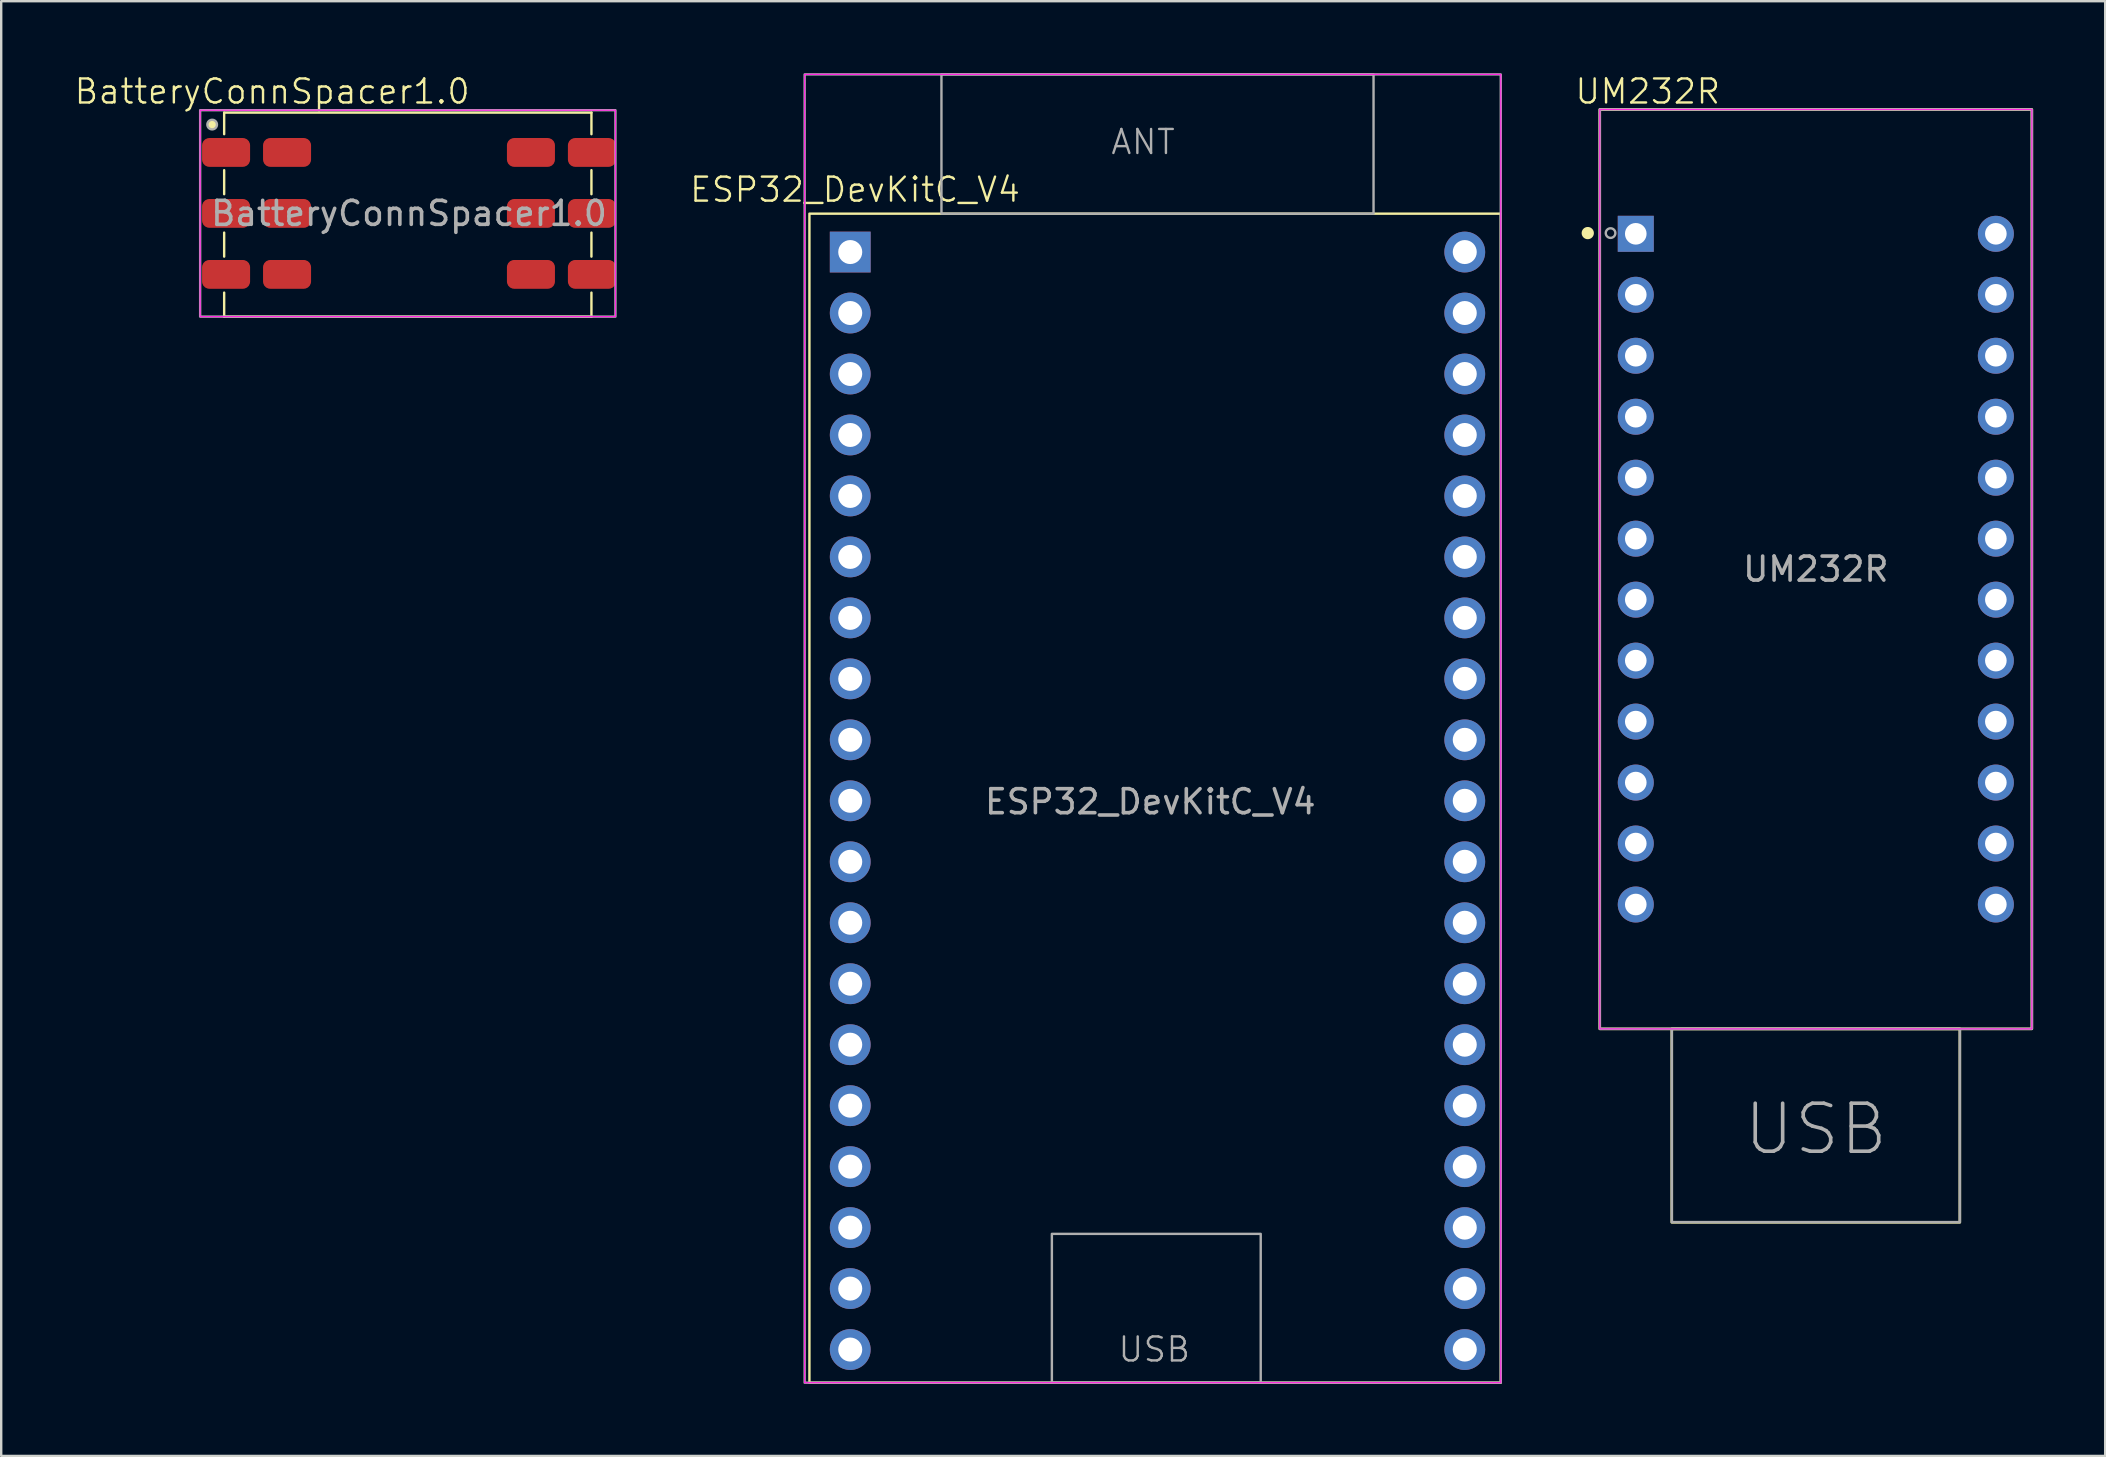
<source format=kicad_pcb>
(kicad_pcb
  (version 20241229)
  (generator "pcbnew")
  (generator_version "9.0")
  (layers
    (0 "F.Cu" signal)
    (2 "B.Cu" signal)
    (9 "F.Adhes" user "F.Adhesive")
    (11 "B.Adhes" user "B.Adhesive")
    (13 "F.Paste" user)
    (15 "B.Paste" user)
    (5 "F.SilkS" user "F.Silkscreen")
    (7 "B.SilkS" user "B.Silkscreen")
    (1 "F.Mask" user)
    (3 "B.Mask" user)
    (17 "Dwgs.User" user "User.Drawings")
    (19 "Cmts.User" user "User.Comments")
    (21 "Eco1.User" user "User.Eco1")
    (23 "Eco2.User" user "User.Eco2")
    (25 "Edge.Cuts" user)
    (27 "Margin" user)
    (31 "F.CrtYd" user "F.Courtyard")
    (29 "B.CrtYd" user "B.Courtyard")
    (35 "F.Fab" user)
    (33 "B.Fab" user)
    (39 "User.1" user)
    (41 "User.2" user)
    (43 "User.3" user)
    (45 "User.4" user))
  (footprint "BatteryConnSpacer1.0"
    (layer "F.Cu")
    (at 13.988 5.84)
    (property "Reference" "BatteryConnSpacer1.0" (at -5.7 -5.08 0) (unlocked yes) (layer "F.SilkS") (effects (font (size 1 1) (thickness 0.1))))
    (attr smd)
    (fp_line (start -7.7 -4.2) (end -7.7 -3.3) (stroke (width 0.1) (type default)) (layer "F.SilkS"))
    (fp_line (start -7.7 -4.2) (end 7.6 -4.2) (stroke (width 0.1) (type default)) (layer "F.SilkS"))
    (fp_line (start -7.7 -1.8) (end -7.7 -0.8) (stroke (width 0.1) (type default)) (layer "F.SilkS"))
    (fp_line (start -7.7 0.8) (end -7.7 1.8) (stroke (width 0.1) (type default)) (layer "F.SilkS"))
    (fp_line (start -7.7 3.3) (end -7.7 4.3) (stroke (width 0.1) (type default)) (layer "F.SilkS"))
    (fp_line (start -7.7 4.3) (end 7.6 4.3) (stroke (width 0.1) (type default)) (layer "F.SilkS"))
    (fp_line (start 7.6 -4.2) (end 7.6 -3.3) (stroke (width 0.1) (type default)) (layer "F.SilkS"))
    (fp_line (start 7.6 -1.8) (end 7.6 -0.8) (stroke (width 0.1) (type default)) (layer "F.SilkS"))
    (fp_line (start 7.6 0.8) (end 7.6 1.8) (stroke (width 0.1) (type default)) (layer "F.SilkS"))
    (fp_line (start 7.6 3.3) (end 7.6 4.3) (stroke (width 0.1) (type default)) (layer "F.SilkS"))
    (fp_circle (center -8.2 -3.7) (end -8.059 -3.7) (stroke (width 0.1) (type solid)) (fill yes) (layer "F.SilkS"))
    (fp_rect (start -8.7 -4.3) (end 8.6 4.3) (stroke (width 0.05) (type default)) (fill no) (layer "F.CrtYd"))
    (fp_rect (start -8.7 -4.3) (end 8.6 4.3) (stroke (width 0.1) (type default)) (fill no) (layer "F.Fab"))
    (fp_circle (center -8.2 -3.7) (end -8 -3.7) (stroke (width 0.1) (type solid)) (fill no) (layer "F.Fab"))
    (fp_text user "${REFERENCE}" (at 0 0 0) (unlocked yes) (layer "F.Fab") (effects (font (size 1 1) (thickness 0.15))))
    (pad "1" smd roundrect (at -7.62 -2.54) (size 2 1.2) (layers "F.Cu" "F.Mask" "F.Paste") (roundrect_rratio 0.25))
    (pad "1" smd roundrect (at -5.08 -2.54) (size 2 1.2) (layers "F.Cu" "F.Mask" "F.Paste") (roundrect_rratio 0.25))
    (pad "2" smd roundrect (at -7.62 0) (size 2 1.2) (layers "F.Cu" "F.Mask" "F.Paste") (roundrect_rratio 0.25))
    (pad "2" smd roundrect (at -5.08 0) (size 2 1.2) (layers "F.Cu" "F.Mask" "F.Paste") (roundrect_rratio 0.25))
    (pad "3" smd roundrect (at -7.62 2.54) (size 2 1.2) (layers "F.Cu" "F.Mask" "F.Paste") (roundrect_rratio 0.25))
    (pad "3" smd roundrect (at -5.08 2.54) (size 2 1.2) (layers "F.Cu" "F.Mask" "F.Paste") (roundrect_rratio 0.25))
    (pad "4" smd roundrect (at 5.08 2.54) (size 2 1.2) (layers "F.Cu" "F.Mask" "F.Paste") (roundrect_rratio 0.25))
    (pad "4" smd roundrect (at 7.62 2.54) (size 2 1.2) (layers "F.Cu" "F.Mask" "F.Paste") (roundrect_rratio 0.25))
    (pad "5" smd roundrect (at 5.08 0) (size 2 1.2) (layers "F.Cu" "F.Mask" "F.Paste") (roundrect_rratio 0.25))
    (pad "5" smd roundrect (at 7.62 0) (size 2 1.2) (layers "F.Cu" "F.Mask" "F.Paste") (roundrect_rratio 0.25))
    (pad "6" smd roundrect (at 5.08 -2.54) (size 2 1.2) (layers "F.Cu" "F.Mask" "F.Paste") (roundrect_rratio 0.25))
    (pad "6" smd roundrect (at 7.62 -2.54) (size 2 1.2) (layers "F.Cu" "F.Mask" "F.Paste") (roundrect_rratio 0.25)))
  (footprint "ESP32_DevKitC_V4"
    (layer "F.Cu")
    (at 32.369 7.45)
    (property "Reference" "ESP32_DevKitC_V4" (at 0.2 -2.6 0) (unlocked yes) (layer "F.SilkS") (effects (font (size 1 1) (thickness 0.1))))
    (attr smd)
    (fp_rect (start -1.7 -1.6) (end 27.1 47.1) (stroke (width 0.1) (type default)) (fill no) (layer "F.SilkS"))
    (fp_rect (start -1.9 -7.4) (end 27.1 47.1) (stroke (width 0.05) (type default)) (fill no) (layer "F.CrtYd"))
    (fp_rect (start -1.9 -7.4) (end 27.1 47.1) (stroke (width 0.1) (type default)) (fill no) (layer "F.Fab"))
    (fp_rect (start 3.8 -7.4) (end 21.8 -1.6) (stroke (width 0.1) (type default)) (fill no) (layer "F.Fab"))
    (fp_rect (start 8.4 40.9) (end 17.1 47.1) (stroke (width 0.1) (type default)) (fill no) (layer "F.Fab"))
    (fp_text user "ANT" (at 10.8 -4 0) (unlocked yes) (layer "F.Fab") (effects (font (size 1 1) (thickness 0.1)) (justify left bottom)))
    (fp_text user "${REFERENCE}" (at 12.5 22.9 0) (unlocked yes) (layer "F.Fab") (effects (font (size 1 1) (thickness 0.15))))
    (fp_text user "USB" (at 11.1 46.3 0) (unlocked yes) (layer "F.Fab") (effects (font (size 1 1) (thickness 0.1)) (justify left bottom)))
    (pad "1" thru_hole rect (at 0 0) (size 1.7 1.7) (drill 1) (layers "*.Cu" "*.Mask"))
    (pad "2" thru_hole circle (at 0 2.54) (size 1.7 1.7) (drill 1) (layers "*.Cu" "*.Mask"))
    (pad "3" thru_hole circle (at 0 5.08) (size 1.7 1.7) (drill 1) (layers "*.Cu" "*.Mask"))
    (pad "4" thru_hole circle (at 0 7.62) (size 1.7 1.7) (drill 1) (layers "*.Cu" "*.Mask"))
    (pad "5" thru_hole circle (at 0 10.16) (size 1.7 1.7) (drill 1) (layers "*.Cu" "*.Mask"))
    (pad "6" thru_hole circle (at 0 12.7) (size 1.7 1.7) (drill 1) (layers "*.Cu" "*.Mask"))
    (pad "7" thru_hole circle (at 0 15.24) (size 1.7 1.7) (drill 1) (layers "*.Cu" "*.Mask"))
    (pad "8" thru_hole circle (at 0 17.78) (size 1.7 1.7) (drill 1) (layers "*.Cu" "*.Mask"))
    (pad "9" thru_hole circle (at 0 20.32) (size 1.7 1.7) (drill 1) (layers "*.Cu" "*.Mask"))
    (pad "10" thru_hole circle (at 0 22.86) (size 1.7 1.7) (drill 1) (layers "*.Cu" "*.Mask"))
    (pad "11" thru_hole circle (at 0 25.4) (size 1.7 1.7) (drill 1) (layers "*.Cu" "*.Mask"))
    (pad "12" thru_hole circle (at 0 27.94) (size 1.7 1.7) (drill 1) (layers "*.Cu" "*.Mask"))
    (pad "13" thru_hole circle (at 0 30.48) (size 1.7 1.7) (drill 1) (layers "*.Cu" "*.Mask"))
    (pad "14" thru_hole circle (at 0 33.02) (size 1.7 1.7) (drill 1) (layers "*.Cu" "*.Mask"))
    (pad "15" thru_hole circle (at 0 35.56) (size 1.7 1.7) (drill 1) (layers "*.Cu" "*.Mask"))
    (pad "16" thru_hole circle (at 0 38.1) (size 1.7 1.7) (drill 1) (layers "*.Cu" "*.Mask"))
    (pad "17" thru_hole circle (at 0 40.64) (size 1.7 1.7) (drill 1) (layers "*.Cu" "*.Mask"))
    (pad "18" thru_hole circle (at 0 43.18) (size 1.7 1.7) (drill 1) (layers "*.Cu" "*.Mask"))
    (pad "19" thru_hole circle (at 0 45.72) (size 1.7 1.7) (drill 1) (layers "*.Cu" "*.Mask"))
    (pad "20" thru_hole circle (at 25.6 0) (size 1.7 1.7) (drill 1) (layers "*.Cu" "*.Mask"))
    (pad "21" thru_hole circle (at 25.6 2.54) (size 1.7 1.7) (drill 1) (layers "*.Cu" "*.Mask"))
    (pad "22" thru_hole circle (at 25.6 5.08) (size 1.7 1.7) (drill 1) (layers "*.Cu" "*.Mask"))
    (pad "23" thru_hole circle (at 25.6 7.62) (size 1.7 1.7) (drill 1) (layers "*.Cu" "*.Mask"))
    (pad "24" thru_hole circle (at 25.6 10.16) (size 1.7 1.7) (drill 1) (layers "*.Cu" "*.Mask"))
    (pad "25" thru_hole circle (at 25.6 12.7) (size 1.7 1.7) (drill 1) (layers "*.Cu" "*.Mask"))
    (pad "26" thru_hole circle (at 25.6 15.24) (size 1.7 1.7) (drill 1) (layers "*.Cu" "*.Mask"))
    (pad "27" thru_hole circle (at 25.6 17.78) (size 1.7 1.7) (drill 1) (layers "*.Cu" "*.Mask"))
    (pad "28" thru_hole circle (at 25.6 20.32) (size 1.7 1.7) (drill 1) (layers "*.Cu" "*.Mask"))
    (pad "29" thru_hole circle (at 25.6 22.86) (size 1.7 1.7) (drill 1) (layers "*.Cu" "*.Mask"))
    (pad "30" thru_hole circle (at 25.6 25.4) (size 1.7 1.7) (drill 1) (layers "*.Cu" "*.Mask"))
    (pad "31" thru_hole circle (at 25.6 27.94) (size 1.7 1.7) (drill 1) (layers "*.Cu" "*.Mask"))
    (pad "32" thru_hole circle (at 25.6 30.48) (size 1.7 1.7) (drill 1) (layers "*.Cu" "*.Mask"))
    (pad "33" thru_hole circle (at 25.6 33.02) (size 1.7 1.7) (drill 1) (layers "*.Cu" "*.Mask"))
    (pad "34" thru_hole circle (at 25.6 35.56) (size 1.7 1.7) (drill 1) (layers "*.Cu" "*.Mask"))
    (pad "35" thru_hole circle (at 25.6 38.1) (size 1.7 1.7) (drill 1) (layers "*.Cu" "*.Mask"))
    (pad "36" thru_hole circle (at 25.6 40.64) (size 1.7 1.7) (drill 1) (layers "*.Cu" "*.Mask"))
    (pad "37" thru_hole circle (at 25.6 43.18) (size 1.7 1.7) (drill 1) (layers "*.Cu" "*.Mask"))
    (pad "38" thru_hole circle (at 25.6 45.72) (size 1.7 1.7) (drill 1) (layers "*.Cu" "*.Mask")))
  (footprint "UM232R"
    (layer "F.Cu")
    (at 72.593 20.66)
    (property "Reference" "UM232R" (at -7 -19.9 0) (unlocked yes) (layer "F.SilkS") (effects (font (size 1 1) (thickness 0.1))))
    (attr smd)
    (fp_rect (start -9 -19.15) (end 9 19.15) (stroke (width 0.11) (type solid)) (fill no) (layer "F.SilkS"))
    (fp_rect (start -6 19.15) (end 6 27.21) (stroke (width 0.11) (type solid)) (fill no) (layer "F.SilkS"))
    (fp_circle (center -9.5 -14) (end -9.7 -14) (stroke (width 0.11) (type default)) (fill yes) (layer "F.SilkS"))
    (fp_rect (start -9 -19.15) (end 9 19.15) (stroke (width 0.05) (type default)) (fill no) (layer "F.CrtYd"))
    (fp_rect (start -9 -19.15) (end 9 19.15) (stroke (width 0.1) (type default)) (fill no) (layer "F.Fab"))
    (fp_rect (start -6 19.15) (end 6 27.2) (stroke (width 0.1) (type default)) (fill no) (layer "F.Fab"))
    (fp_circle (center -8.55 -14) (end -8.75 -14) (stroke (width 0.1) (type default)) (fill no) (layer "F.Fab"))
    (fp_text user "USB" (at 0 24.5 0) (unlocked yes) (layer "F.Fab") (effects (font (size 2 2) (thickness 0.15)) (justify bottom)))
    (fp_text user "${REFERENCE}" (at 0 0 0) (unlocked yes) (layer "F.Fab") (effects (font (size 1 1) (thickness 0.15))))
    (pad "1" thru_hole rect (at -7.5 -13.97) (size 1.5 1.5) (drill 0.9) (layers "*.Cu" "*.Mask"))
    (pad "2" thru_hole circle (at -7.5 -11.43) (size 1.5 1.5) (drill 0.9) (layers "*.Cu" "*.Mask"))
    (pad "3" thru_hole circle (at -7.5 -8.89) (size 1.5 1.5) (drill 0.9) (layers "*.Cu" "*.Mask"))
    (pad "4" thru_hole circle (at -7.5 -6.35) (size 1.5 1.5) (drill 0.9) (layers "*.Cu" "*.Mask"))
    (pad "5" thru_hole circle (at -7.5 -3.81) (size 1.5 1.5) (drill 0.9) (layers "*.Cu" "*.Mask"))
    (pad "6" thru_hole circle (at -7.5 -1.27) (size 1.5 1.5) (drill 0.9) (layers "*.Cu" "*.Mask"))
    (pad "7" thru_hole circle (at -7.5 1.27) (size 1.5 1.5) (drill 0.9) (layers "*.Cu" "*.Mask"))
    (pad "8" thru_hole circle (at -7.5 3.81) (size 1.5 1.5) (drill 0.9) (layers "*.Cu" "*.Mask"))
    (pad "9" thru_hole circle (at -7.5 6.35) (size 1.5 1.5) (drill 0.9) (layers "*.Cu" "*.Mask"))
    (pad "10" thru_hole circle (at -7.5 8.89) (size 1.5 1.5) (drill 0.9) (layers "*.Cu" "*.Mask"))
    (pad "11" thru_hole circle (at -7.5 11.43) (size 1.5 1.5) (drill 0.9) (layers "*.Cu" "*.Mask"))
    (pad "12" thru_hole circle (at -7.5 13.97) (size 1.5 1.5) (drill 0.9) (layers "*.Cu" "*.Mask"))
    (pad "13" thru_hole circle (at 7.5 13.97) (size 1.5 1.5) (drill 0.9) (layers "*.Cu" "*.Mask"))
    (pad "14" thru_hole circle (at 7.5 11.43) (size 1.5 1.5) (drill 0.9) (layers "*.Cu" "*.Mask"))
    (pad "15" thru_hole circle (at 7.5 8.89) (size 1.5 1.5) (drill 0.9) (layers "*.Cu" "*.Mask"))
    (pad "16" thru_hole circle (at 7.5 6.35) (size 1.5 1.5) (drill 0.9) (layers "*.Cu" "*.Mask"))
    (pad "17" thru_hole circle (at 7.5 3.81) (size 1.5 1.5) (drill 0.9) (layers "*.Cu" "*.Mask"))
    (pad "18" thru_hole circle (at 7.5 1.27) (size 1.5 1.5) (drill 0.9) (layers "*.Cu" "*.Mask"))
    (pad "19" thru_hole circle (at 7.5 -1.27) (size 1.5 1.5) (drill 0.9) (layers "*.Cu" "*.Mask"))
    (pad "20" thru_hole circle (at 7.5 -3.81) (size 1.5 1.5) (drill 0.9) (layers "*.Cu" "*.Mask"))
    (pad "21" thru_hole circle (at 7.5 -6.35) (size 1.5 1.5) (drill 0.9) (layers "*.Cu" "*.Mask"))
    (pad "22" thru_hole circle (at 7.5 -8.89) (size 1.5 1.5) (drill 0.9) (layers "*.Cu" "*.Mask"))
    (pad "23" thru_hole circle (at 7.5 -11.43) (size 1.5 1.5) (drill 0.9) (layers "*.Cu" "*.Mask"))
    (pad "24" thru_hole circle (at 7.5 -13.97) (size 1.5 1.5) (drill 0.9) (layers "*.Cu" "*.Mask")))
  (gr_rect
    (start -3 -3)
    (end 84.648 57.6)
    (stroke (width 0.1) (type default))
    (fill no)
    (layer "Edge.Cuts")))
</source>
